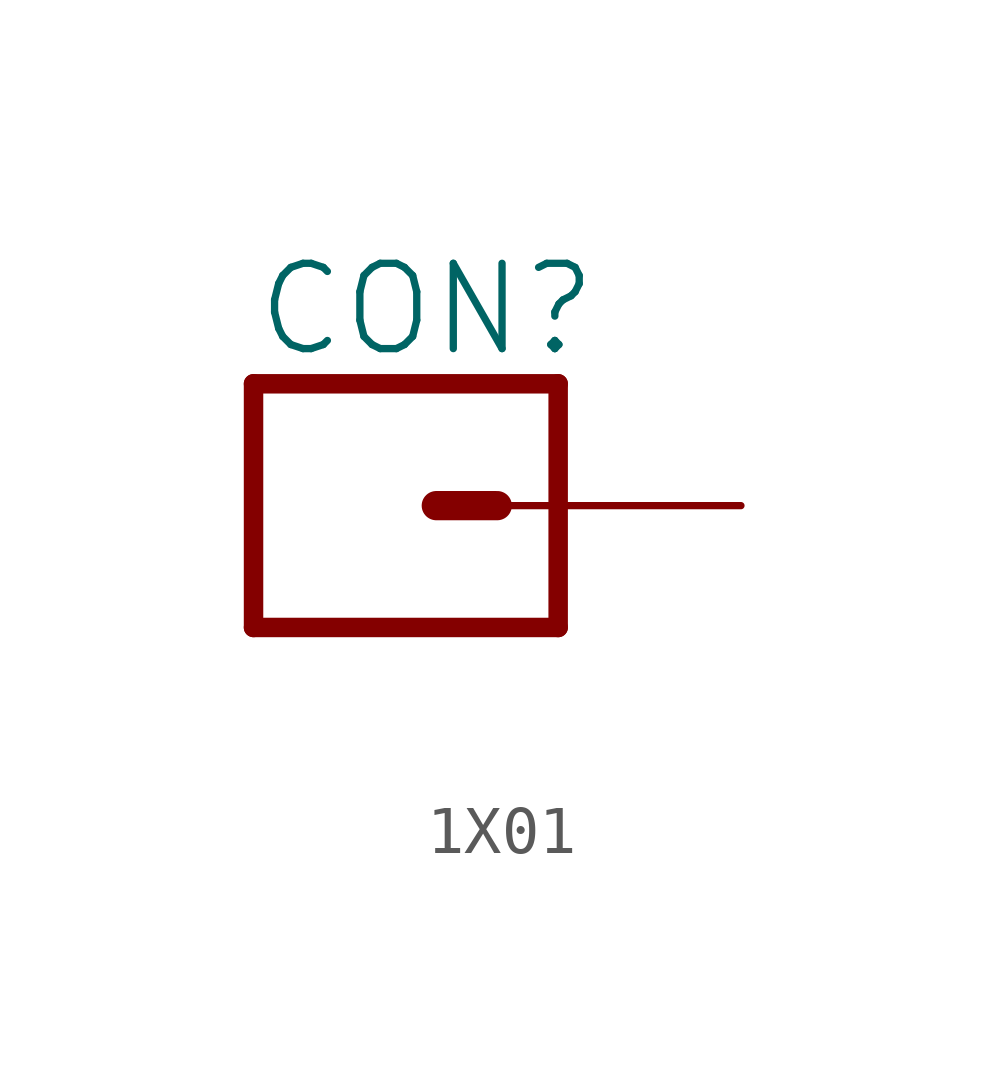
<source format=kicad_sym>
(kicad_symbol_lib
  (version 20220914)
  (generator kicad_symbol_editor)
  (symbol "1X01"
    (property "Reference" "CON"
      (at -2.54 3.048 0)
      (effects (font (size 1.778 1.778)) (justify left bottom)))
    (property "Value" ""
      (at -2.54 -4.826 0)
      (effects (font (size 1.778 1.778)) (justify left bottom)))
    (property "ki_locked" ""
      (at 0 0 0)
      (effects (font (size 1.27 1.27))))
    (symbol "1X01_1_0"
      (polyline (pts (xy -2.54 2.54) (xy -2.54 -2.54)) (stroke (width 0.406) (type solid)) (fill (type none)))
      (polyline (pts (xy -2.54 2.54) (xy 3.81 2.54)) (stroke (width 0.406) (type solid)) (fill (type none)))
      (polyline (pts (xy 1.27 0) (xy 2.54 0)) (stroke (width 0.61) (type solid)) (fill (type none)))
      (polyline (pts (xy 3.81 -2.54) (xy -2.54 -2.54)) (stroke (width 0.406) (type solid)) (fill (type none)))
      (polyline (pts (xy 3.81 -2.54) (xy 3.81 2.54)) (stroke (width 0.406) (type solid)) (fill (type none)))
      (pin passive line (at 7.62 0 180) (length 5.08) (name "1" (effects (font (size 0 0)))) (number "1" (effects (font (size 0 0))))))))
</source>
